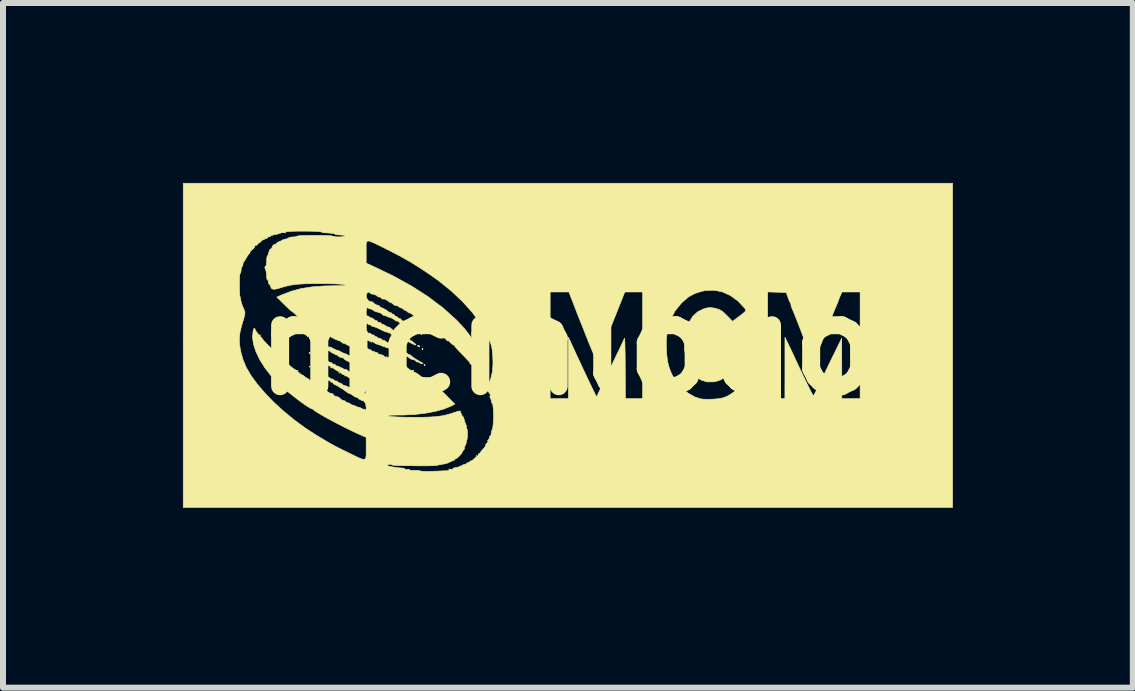
<source format=kicad_pcb>
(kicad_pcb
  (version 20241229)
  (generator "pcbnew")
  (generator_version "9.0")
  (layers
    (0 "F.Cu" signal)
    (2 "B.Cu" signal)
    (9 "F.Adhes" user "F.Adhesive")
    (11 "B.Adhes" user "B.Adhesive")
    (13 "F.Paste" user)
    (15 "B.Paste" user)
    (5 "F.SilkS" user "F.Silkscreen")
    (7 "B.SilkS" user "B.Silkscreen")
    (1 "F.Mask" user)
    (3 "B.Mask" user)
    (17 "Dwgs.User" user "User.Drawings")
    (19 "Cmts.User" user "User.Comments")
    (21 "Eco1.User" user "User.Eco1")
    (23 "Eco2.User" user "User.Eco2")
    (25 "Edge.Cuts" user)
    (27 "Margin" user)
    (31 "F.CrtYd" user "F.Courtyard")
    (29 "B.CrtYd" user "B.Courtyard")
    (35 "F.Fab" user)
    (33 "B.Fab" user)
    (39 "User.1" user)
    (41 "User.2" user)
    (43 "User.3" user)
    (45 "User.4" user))
  (footprint "mcmlogo"
    (layer "F.Cu")
    (at 6.41 2.699)
    (property "Reference" "mcmlogo" (at 0 0 0) (layer "F.SilkS") (effects (font (size 1.524 1.524) (thickness 0.3))))
    (attr through_hole)
    (fp_poly (pts (xy -5.117 -0.161) (xy -5.126 -0.153) (xy -5.134 -0.161) (xy -5.126 -0.169) (xy -5.117 -0.161)) (stroke (width 0.01) (type solid)) (fill yes) (layer "F.SilkS"))
    (fp_poly (pts (xy -4.49 0.432) (xy -4.499 0.441) (xy -4.507 0.432) (xy -4.499 0.424) (xy -4.49 0.432)) (stroke (width 0.01) (type solid)) (fill yes) (layer "F.SilkS"))
    (fp_poly (pts (xy -4.287 -0.11) (xy -4.295 -0.102) (xy -4.304 -0.11) (xy -4.295 -0.119) (xy -4.287 -0.11)) (stroke (width 0.01) (type solid)) (fill yes) (layer "F.SilkS"))
    (fp_poly (pts (xy -4.287 0.364) (xy -4.295 0.373) (xy -4.304 0.364) (xy -4.295 0.356) (xy -4.287 0.364)) (stroke (width 0.01) (type solid)) (fill yes) (layer "F.SilkS"))
    (fp_poly (pts (xy -4.236 0.398) (xy -4.245 0.407) (xy -4.253 0.398) (xy -4.245 0.39) (xy -4.236 0.398)) (stroke (width 0.01) (type solid)) (fill yes) (layer "F.SilkS"))
    (fp_poly (pts (xy -3.931 0.381) (xy -3.94 0.39) (xy -3.948 0.381) (xy -3.94 0.373) (xy -3.931 0.381)) (stroke (width 0.01) (type solid)) (fill yes) (layer "F.SilkS"))
    (fp_poly (pts (xy -3.796 0.466) (xy -3.804 0.474) (xy -3.813 0.466) (xy -3.804 0.458) (xy -3.796 0.466)) (stroke (width 0.01) (type solid)) (fill yes) (layer "F.SilkS"))
    (fp_poly (pts (xy -2.457 -0.195) (xy -2.465 -0.186) (xy -2.474 -0.195) (xy -2.465 -0.203) (xy -2.457 -0.195)) (stroke (width 0.01) (type solid)) (fill yes) (layer "F.SilkS"))
    (fp_poly (pts (xy -2.423 -0.178) (xy -2.432 -0.169) (xy -2.44 -0.178) (xy -2.432 -0.186) (xy -2.423 -0.178)) (stroke (width 0.01) (type solid)) (fill yes) (layer "F.SilkS"))
    (fp_poly (pts (xy -2.372 0.551) (xy -2.381 0.559) (xy -2.389 0.551) (xy -2.381 0.542) (xy -2.372 0.551)) (stroke (width 0.01) (type solid)) (fill yes) (layer "F.SilkS"))
    (fp_poly (pts (xy -1.61 0.313) (xy -1.618 0.322) (xy -1.627 0.313) (xy -1.618 0.305) (xy -1.61 0.313)) (stroke (width 0.01) (type solid)) (fill yes) (layer "F.SilkS"))
    (fp_poly (pts (xy -1.508 1.855) (xy -1.517 1.864) (xy -1.525 1.855) (xy -1.517 1.847) (xy -1.508 1.855)) (stroke (width 0.01) (type solid)) (fill yes) (layer "F.SilkS"))
    (fp_poly (pts (xy -1.474 0.5) (xy -1.483 0.508) (xy -1.491 0.5) (xy -1.483 0.491) (xy -1.474 0.5)) (stroke (width 0.01) (type solid)) (fill yes) (layer "F.SilkS"))
    (fp_poly (pts (xy -4.293 0.124) (xy -4.291 0.144) (xy -4.293 0.147) (xy -4.303 0.145) (xy -4.304 0.136) (xy -4.298 0.122) (xy -4.293 0.124)) (stroke (width 0.01) (type solid)) (fill yes) (layer "F.SilkS"))
    (fp_poly (pts (xy -2.412 0.056) (xy -2.41 0.077) (xy -2.412 0.079) (xy -2.422 0.077) (xy -2.423 0.068) (xy -2.417 0.054) (xy -2.412 0.056)) (stroke (width 0.01) (type solid)) (fill yes) (layer "F.SilkS"))
    (fp_poly (pts (xy -2.378 0.328) (xy -2.376 0.348) (xy -2.378 0.35) (xy -2.388 0.348) (xy -2.389 0.339) (xy -2.383 0.325) (xy -2.378 0.328)) (stroke (width 0.01) (type solid)) (fill yes) (layer "F.SilkS"))
    (fp_poly (pts (xy -4.34 -0.163) (xy -4.322 -0.146) (xy -4.326 -0.136) (xy -4.328 -0.136) (xy -4.343 -0.148) (xy -4.348 -0.155) (xy -4.35 -0.167) (xy -4.34 -0.163)) (stroke (width 0.01) (type solid)) (fill yes) (layer "F.SilkS"))
    (fp_poly (pts (xy -4.202 0.417) (xy -4.2 0.419) (xy -4.187 0.441) (xy -4.189 0.449) (xy -4.201 0.444) (xy -4.21 0.429) (xy -4.215 0.409) (xy -4.202 0.417)) (stroke (width 0.01) (type solid)) (fill yes) (layer "F.SilkS"))
    (fp_poly (pts (xy -2.508 -0.242) (xy -2.502 -0.229) (xy -2.498 -0.206) (xy -2.509 -0.21) (xy -2.517 -0.221) (xy -2.522 -0.244) (xy -2.52 -0.248) (xy -2.508 -0.242)) (stroke (width 0.01) (type solid)) (fill yes) (layer "F.SilkS"))
    (fp_poly (pts (xy -2.483 0.01) (xy -2.459 0.024) (xy -2.463 0.033) (xy -2.473 0.034) (xy -2.496 0.022) (xy -2.499 0.017) (xy -2.496 0.008) (xy -2.483 0.01)) (stroke (width 0.01) (type solid)) (fill yes) (layer "F.SilkS"))
    (fp_poly (pts (xy 6.422 2.711) (xy -6.405 2.711) (xy -6.405 -0.107) (xy -5.471 -0.107) (xy -5.466 -0.001) (xy -5.445 0.117) (xy -5.409 0.246) (xy -5.356 0.374) (xy -5.275 0.513) (xy -5.169 0.658) (xy -5.04 0.808) (xy -4.893 0.96) (xy -4.729 1.109) (xy -4.552 1.254) (xy -4.365 1.391) (xy -4.17 1.517) (xy -4.143 1.533) (xy -4.054 1.586) (xy -3.987 1.626) (xy -3.934 1.656) (xy -3.887 1.682) (xy -3.84 1.707) (xy -3.785 1.734) (xy -3.714 1.769) (xy -3.685 1.783) (xy -3.576 1.837) (xy -3.494 1.877) (xy -3.435 1.902) (xy -3.395 1.911) (xy -3.371 1.903) (xy -3.359 1.879) (xy -3.355 1.837) (xy -3.355 1.777) (xy -3.355 1.728) (xy -3.355 1.542) (xy -3.444 1.504) (xy -3.526 1.467) (xy -3.62 1.422) (xy -3.722 1.372) (xy -3.825 1.319) (xy -3.926 1.266) (xy -4.021 1.214) (xy -4.103 1.168) (xy -4.169 1.128) (xy -4.214 1.099) (xy -4.233 1.081) (xy -4.233 1.081) (xy -4.253 1.068) (xy -4.257 1.068) (xy -4.284 1.057) (xy -4.333 1.028) (xy -4.398 0.984) (xy -4.474 0.928) (xy -4.556 0.865) (xy -4.641 0.798) (xy -4.722 0.73) (xy -4.795 0.665) (xy -4.826 0.636) (xy -4.859 0.602) (xy -4.304 0.602) (xy -4.295 0.61) (xy -4.287 0.602) (xy -4.295 0.593) (xy -4.304 0.602) (xy -4.859 0.602) (xy -4.944 0.512) (xy -5.046 0.38) (xy -5.13 0.246) (xy -5.193 0.114) (xy -5.234 -0.013) (xy -5.25 -0.129) (xy -5.241 -0.223) (xy -5.23 -0.266) (xy -5.221 -0.279) (xy -5.212 -0.267) (xy -5.21 -0.263) (xy -5.193 -0.229) (xy -5.168 -0.195) (xy -5.128 -0.149) (xy -5.118 -0.138) (xy -5.089 -0.106) (xy -5.075 -0.086) (xy -5.074 -0.085) (xy -5.062 -0.07) (xy -5.031 -0.036) (xy -4.984 0.013) (xy -4.925 0.072) (xy -4.897 0.102) (xy -4.836 0.162) (xy -4.787 0.21) (xy -4.752 0.242) (xy -4.735 0.256) (xy -4.735 0.254) (xy -4.733 0.249) (xy -4.714 0.265) (xy -4.699 0.28) (xy -4.654 0.324) (xy -4.609 0.364) (xy -4.572 0.393) (xy -4.551 0.406) (xy -4.55 0.407) (xy -4.532 0.417) (xy -4.508 0.436) (xy -4.462 0.477) (xy -4.432 0.498) (xy -4.416 0.504) (xy -4.393 0.518) (xy -4.391 0.521) (xy -4.37 0.539) (xy -4.332 0.562) (xy -4.325 0.566) (xy -4.289 0.588) (xy -4.271 0.608) (xy -4.27 0.61) (xy -4.26 0.624) (xy -4.257 0.624) (xy -4.23 0.628) (xy -4.204 0.643) (xy -4.194 0.66) (xy -4.195 0.663) (xy -4.191 0.676) (xy -4.181 0.678) (xy -4.155 0.687) (xy -4.114 0.711) (xy -4.087 0.73) (xy -4.047 0.757) (xy -4.022 0.771) (xy -4.016 0.771) (xy -4.006 0.772) (xy -3.989 0.787) (xy -3.953 0.809) (xy -3.929 0.813) (xy -3.906 0.819) (xy -3.905 0.828) (xy -3.897 0.843) (xy -3.871 0.858) (xy -3.839 0.866) (xy -3.827 0.867) (xy -3.809 0.877) (xy -3.787 0.899) (xy -3.752 0.924) (xy -3.725 0.932) (xy -3.699 0.94) (xy -3.694 0.949) (xy -3.68 0.963) (xy -3.661 0.966) (xy -3.632 0.973) (xy -3.623 0.982) (xy -3.604 0.998) (xy -3.584 1.004) (xy -3.542 1.017) (xy -3.512 1.031) (xy -3.484 1.043) (xy -3.474 1.042) (xy -3.462 1.044) (xy -3.432 1.06) (xy -3.431 1.061) (xy -3.402 1.076) (xy -3.389 1.074) (xy -3.389 1.074) (xy -3.381 1.073) (xy -3.372 1.084) (xy -3.361 1.092) (xy -3.356 1.071) (xy -3.355 1.04) (xy -3.365 0.975) (xy -3.396 0.937) (xy -3.43 0.925) (xy -3.461 0.912) (xy -3.49 0.89) (xy -3.515 0.872) (xy -3.524 0.871) (xy -3.536 0.871) (xy -3.564 0.853) (xy -3.569 0.848) (xy -3.604 0.824) (xy -3.629 0.813) (xy -3.63 0.813) (xy -3.652 0.804) (xy -3.676 0.788) (xy -3.66 0.788) (xy -3.652 0.796) (xy -3.643 0.788) (xy -3.652 0.779) (xy -3.66 0.788) (xy -3.676 0.788) (xy -3.689 0.779) (xy -3.711 0.763) (xy -3.752 0.733) (xy -3.785 0.714) (xy -3.794 0.712) (xy -3.812 0.699) (xy -3.813 0.694) (xy -3.823 0.684) (xy -3.829 0.686) (xy -3.845 0.684) (xy -3.846 0.678) (xy -3.856 0.666) (xy -3.862 0.669) (xy -3.883 0.664) (xy -3.902 0.644) (xy -3.924 0.622) (xy -3.937 0.621) (xy -3.947 0.619) (xy -3.948 0.61) (xy -3.954 0.595) (xy -3.958 0.598) (xy -3.97 0.6) (xy -3.992 0.588) (xy -4.03 0.556) (xy -4.042 0.545) (xy -4.062 0.531) (xy -4.067 0.533) (xy -4.077 0.529) (xy -4.101 0.508) (xy -4.131 0.483) (xy -4.152 0.474) (xy -4.162 0.464) (xy -4.159 0.456) (xy -4.14 0.451) (xy -4.119 0.465) (xy -4.091 0.481) (xy -4.075 0.479) (xy -4.069 0.478) (xy -4.073 0.487) (xy -4.072 0.504) (xy -4.051 0.508) (xy -4.023 0.516) (xy -4.016 0.526) (xy -4.006 0.537) (xy -4.001 0.535) (xy -3.979 0.538) (xy -3.965 0.551) (xy -3.942 0.568) (xy -3.931 0.568) (xy -3.911 0.572) (xy -3.897 0.585) (xy -3.874 0.602) (xy -3.863 0.602) (xy -3.843 0.606) (xy -3.829 0.618) (xy -3.807 0.636) (xy -3.796 0.635) (xy -3.776 0.64) (xy -3.762 0.653) (xy -3.733 0.674) (xy -3.718 0.678) (xy -3.689 0.686) (xy -3.647 0.705) (xy -3.634 0.712) (xy -3.6 0.728) (xy -3.584 0.73) (xy -3.585 0.725) (xy -3.584 0.718) (xy -3.564 0.733) (xy -3.564 0.733) (xy -3.535 0.751) (xy -3.519 0.751) (xy -3.509 0.754) (xy -3.508 0.763) (xy -3.501 0.777) (xy -3.496 0.774) (xy -3.476 0.773) (xy -3.464 0.78) (xy -3.431 0.797) (xy -3.399 0.806) (xy -3.371 0.808) (xy -3.358 0.796) (xy -3.355 0.759) (xy -3.355 0.748) (xy -3.357 0.711) (xy -3.367 0.686) (xy -3.392 0.666) (xy -3.44 0.64) (xy -3.452 0.634) (xy -3.504 0.61) (xy -3.542 0.593) (xy -3.558 0.589) (xy -3.576 0.58) (xy -3.596 0.564) (xy -3.619 0.548) (xy -3.626 0.551) (xy -3.636 0.552) (xy -3.657 0.536) (xy -3.685 0.519) (xy -3.7 0.52) (xy -3.71 0.518) (xy -3.711 0.51) (xy -3.72 0.497) (xy -3.726 0.498) (xy -3.746 0.494) (xy -3.771 0.474) (xy -3.799 0.449) (xy -3.818 0.441) (xy -3.841 0.431) (xy -3.878 0.408) (xy -3.887 0.401) (xy -3.932 0.371) (xy -3.973 0.35) (xy -3.978 0.349) (xy -4.007 0.333) (xy -4.016 0.32) (xy -4.026 0.31) (xy -4.031 0.312) (xy -4.052 0.309) (xy -4.068 0.294) (xy -4.095 0.272) (xy -4.14 0.241) (xy -4.181 0.217) (xy -4.228 0.19) (xy -4.26 0.17) (xy -4.27 0.162) (xy -4.256 0.159) (xy -4.245 0.158) (xy -4.222 0.166) (xy -4.219 0.172) (xy -4.205 0.184) (xy -4.185 0.186) (xy -4.158 0.193) (xy -4.151 0.203) (xy -4.137 0.217) (xy -4.118 0.22) (xy -4.09 0.226) (xy -4.084 0.233) (xy -4.07 0.249) (xy -4.041 0.265) (xy -4.012 0.276) (xy -4.008 0.27) (xy -4.01 0.265) (xy -4.008 0.26) (xy -3.988 0.275) (xy -3.959 0.294) (xy -3.942 0.294) (xy -3.932 0.295) (xy -3.931 0.302) (xy -3.917 0.318) (xy -3.897 0.322) (xy -3.87 0.33) (xy -3.863 0.342) (xy -3.857 0.354) (xy -3.853 0.351) (xy -3.834 0.353) (xy -3.796 0.369) (xy -3.771 0.382) (xy -3.727 0.404) (xy -3.697 0.414) (xy -3.69 0.414) (xy -3.674 0.418) (xy -3.66 0.432) (xy -3.628 0.454) (xy -3.608 0.458) (xy -3.576 0.466) (xy -3.567 0.475) (xy -3.546 0.485) (xy -3.54 0.482) (xy -3.526 0.485) (xy -3.524 0.491) (xy -3.515 0.503) (xy -3.51 0.501) (xy -3.487 0.503) (xy -3.448 0.518) (xy -3.43 0.526) (xy -3.389 0.546) (xy -3.363 0.558) (xy -3.359 0.559) (xy -3.356 0.544) (xy -3.357 0.506) (xy -3.358 0.489) (xy -3.37 0.432) (xy -3.395 0.401) (xy -3.397 0.4) (xy -3.428 0.38) (xy -3.44 0.369) (xy -3.463 0.357) (xy -3.485 0.351) (xy -3.528 0.336) (xy -3.551 0.321) (xy -3.574 0.305) (xy -3.582 0.303) (xy -3.597 0.301) (xy -3.633 0.287) (xy -3.66 0.274) (xy -3.7 0.254) (xy -3.72 0.24) (xy -3.719 0.237) (xy -3.719 0.23) (xy -3.736 0.221) (xy -3.768 0.211) (xy -3.781 0.21) (xy -3.8 0.201) (xy -3.825 0.182) (xy -3.853 0.164) (xy -3.869 0.164) (xy -3.879 0.162) (xy -3.88 0.154) (xy -3.889 0.141) (xy -3.895 0.142) (xy -3.916 0.139) (xy -3.944 0.119) (xy -3.972 0.099) (xy -3.989 0.097) (xy -3.998 0.094) (xy -3.999 0.088) (xy -4.013 0.07) (xy -4.024 0.068) (xy -4.047 0.058) (xy -4.05 0.05) (xy -4.06 0.04) (xy -4.067 0.042) (xy -4.082 0.043) (xy -4.084 0.038) (xy -4.097 0.023) (xy -4.132 -0.003) (xy -4.168 -0.026) (xy -4.214 -0.055) (xy -4.242 -0.076) (xy -4.219 -0.076) (xy -4.211 -0.068) (xy -4.202 -0.076) (xy -4.211 -0.085) (xy -4.219 -0.076) (xy -4.242 -0.076) (xy -4.244 -0.078) (xy -4.253 -0.087) (xy -4.241 -0.096) (xy -4.213 -0.09) (xy -4.181 -0.071) (xy -4.179 -0.069) (xy -4.157 -0.057) (xy -4.151 -0.06) (xy -4.141 -0.06) (xy -4.118 -0.042) (xy -4.093 -0.024) (xy -4.084 -0.024) (xy -4.072 -0.022) (xy -4.042 -0.003) (xy -4.021 0.012) (xy -3.987 0.035) (xy -3.971 0.042) (xy -3.971 0.038) (xy -3.966 0.033) (xy -3.938 0.044) (xy -3.907 0.06) (xy -3.864 0.082) (xy -3.836 0.094) (xy -3.829 0.093) (xy -3.817 0.095) (xy -3.788 0.111) (xy -3.785 0.113) (xy -3.741 0.136) (xy -3.705 0.148) (xy -3.67 0.162) (xy -3.657 0.174) (xy -3.645 0.185) (xy -3.643 0.18) (xy -3.633 0.177) (xy -3.618 0.186) (xy -3.597 0.199) (xy -3.592 0.197) (xy -3.579 0.196) (xy -3.547 0.21) (xy -3.537 0.215) (xy -3.476 0.243) (xy -3.425 0.256) (xy -3.41 0.258) (xy -3.39 0.269) (xy -3.389 0.275) (xy -3.378 0.282) (xy -3.372 0.28) (xy -3.361 0.257) (xy -3.355 0.215) (xy -3.355 0.202) (xy -3.36 0.155) (xy -3.377 0.134) (xy -3.408 0.133) (xy -3.427 0.123) (xy -3.44 0.11) (xy -3.472 0.088) (xy -3.489 0.085) (xy -3.526 0.073) (xy -3.538 0.064) (xy -3.555 0.054) (xy -3.558 0.059) (xy -3.569 0.06) (xy -3.591 0.044) (xy -3.625 0.02) (xy -3.648 0.011) (xy -3.682 -0.003) (xy -3.701 -0.016) (xy -3.722 -0.028) (xy -3.728 -0.025) (xy -3.738 -0.024) (xy -3.757 -0.039) (xy -3.788 -0.061) (xy -3.804 -0.068) (xy -3.832 -0.077) (xy -3.874 -0.095) (xy -3.916 -0.116) (xy -3.944 -0.133) (xy -3.948 -0.137) (xy -3.969 -0.15) (xy -3.998 -0.161) (xy -4.043 -0.183) (xy -4.072 -0.205) (xy -4.102 -0.225) (xy -4.12 -0.227) (xy -4.134 -0.231) (xy -4.134 -0.236) (xy -4.148 -0.253) (xy -4.157 -0.254) (xy -4.184 -0.265) (xy -4.222 -0.29) (xy -4.229 -0.297) (xy -4.271 -0.329) (xy -4.303 -0.341) (xy -4.329 -0.339) (xy -4.337 -0.344) (xy -4.334 -0.349) (xy -4.337 -0.365) (xy -4.358 -0.387) (xy -4.386 -0.406) (xy -4.409 -0.411) (xy -4.41 -0.411) (xy -4.422 -0.42) (xy -4.423 -0.426) (xy -4.429 -0.439) (xy -4.432 -0.436) (xy -4.447 -0.436) (xy -4.475 -0.455) (xy -4.52 -0.495) (xy -4.543 -0.517) (xy -4.541 -0.517) (xy -4.533 -0.508) (xy -4.524 -0.517) (xy -4.533 -0.525) (xy -4.541 -0.517) (xy -4.543 -0.517) (xy -4.548 -0.521) (xy -4.577 -0.547) (xy -4.595 -0.559) (xy -4.596 -0.559) (xy -4.611 -0.57) (xy -4.644 -0.6) (xy -4.69 -0.644) (xy -4.725 -0.677) (xy -4.837 -0.788) (xy -4.829 -0.788) (xy -4.821 -0.779) (xy -4.812 -0.788) (xy -4.821 -0.796) (xy -4.829 -0.788) (xy -4.837 -0.788) (xy -4.845 -0.795) (xy -4.765 -0.831) (xy -4.607 -0.892) (xy -4.441 -0.937) (xy -4.259 -0.966) (xy -4.057 -0.981) (xy -3.924 -0.984) (xy -3.825 -0.985) (xy -3.756 -0.987) (xy -3.716 -0.99) (xy -3.702 -0.996) (xy -3.711 -1.002) (xy -3.741 -1.008) (xy -3.8 -1.013) (xy -3.882 -1.017) (xy -3.984 -1.02) (xy -4.098 -1.021) (xy -4.118 -1.021) (xy -4.272 -1.021) (xy -4.399 -1.017) (xy -4.505 -1.01) (xy -4.598 -0.998) (xy -4.684 -0.98) (xy -4.769 -0.956) (xy -4.822 -0.939) (xy -4.886 -0.925) (xy -4.929 -0.934) (xy -4.947 -0.965) (xy -4.948 -0.975) (xy -4.959 -0.999) (xy -4.966 -1.003) (xy -4.981 -1.022) (xy -4.986 -1.047) (xy -4.992 -1.076) (xy -4.999 -1.084) (xy -5.008 -1.091) (xy -5.013 -1.115) (xy -5.017 -1.163) (xy -5.018 -1.19) (xy -5.025 -1.236) (xy -5.038 -1.268) (xy -5.046 -1.292) (xy -5.036 -1.303) (xy -5.022 -1.327) (xy -5.016 -1.365) (xy -5.013 -1.439) (xy -5.005 -1.481) (xy -4.994 -1.491) (xy -4.987 -1.502) (xy -4.989 -1.507) (xy -4.987 -1.529) (xy -4.982 -1.533) (xy -4.971 -1.553) (xy -4.973 -1.559) (xy -4.968 -1.578) (xy -4.948 -1.597) (xy -4.926 -1.618) (xy -4.923 -1.63) (xy -4.919 -1.646) (xy -4.913 -1.651) (xy -3.356 -1.651) (xy -3.355 -1.588) (xy -3.355 -1.555) (xy -3.355 -1.362) (xy -3.249 -1.314) (xy -2.907 -1.15) (xy -2.597 -0.979) (xy -2.319 -0.8) (xy -2.072 -0.614) (xy -1.856 -0.419) (xy -1.837 -0.401) (xy -1.709 -0.261) (xy -1.609 -0.131) (xy -1.536 -0.007) (xy -1.488 0.117) (xy -1.463 0.244) (xy -1.457 0.342) (xy -1.458 0.41) (xy -1.463 0.451) (xy -1.471 0.47) (xy -1.484 0.474) (xy -1.501 0.466) (xy -1.5 0.458) (xy -1.498 0.442) (xy -1.503 0.44) (xy -1.52 0.427) (xy -1.546 0.395) (xy -1.559 0.377) (xy -1.588 0.339) (xy -1.634 0.286) (xy -1.691 0.224) (xy -1.744 0.169) (xy -1.799 0.113) (xy -1.844 0.064) (xy -1.874 0.029) (xy -1.884 0.013) (xy -1.884 0.013) (xy -1.892 0.004) (xy -1.895 0.004) (xy -1.914 -0.004) (xy -1.945 -0.031) (xy -1.955 -0.042) (xy -1.981 -0.068) (xy -1.991 -0.073) (xy -1.99 -0.068) (xy -1.991 -0.061) (xy -2.011 -0.077) (xy -2.019 -0.085) (xy -2.06 -0.125) (xy -2.104 -0.163) (xy -2.142 -0.194) (xy -2.166 -0.211) (xy -2.169 -0.212) (xy -2.186 -0.222) (xy -2.217 -0.248) (xy -2.228 -0.258) (xy -2.262 -0.285) (xy -2.285 -0.299) (xy -2.288 -0.3) (xy -2.309 -0.309) (xy -2.351 -0.343) (xy -2.392 -0.381) (xy -2.414 -0.399) (xy -2.417 -0.392) (xy -2.416 -0.39) (xy -2.414 -0.379) (xy -2.428 -0.394) (xy -2.452 -0.417) (xy -2.464 -0.424) (xy -2.484 -0.433) (xy -2.52 -0.455) (xy -2.558 -0.482) (xy -2.587 -0.506) (xy -2.594 -0.514) (xy -2.618 -0.528) (xy -2.634 -0.532) (xy -2.668 -0.549) (xy -2.678 -0.56) (xy -2.691 -0.575) (xy -2.694 -0.571) (xy -2.705 -0.572) (xy -2.73 -0.591) (xy -2.731 -0.592) (xy -2.761 -0.613) (xy -2.781 -0.617) (xy -2.795 -0.62) (xy -2.796 -0.624) (xy -2.81 -0.639) (xy -2.839 -0.652) (xy -2.866 -0.656) (xy -2.871 -0.655) (xy -2.886 -0.663) (xy -2.913 -0.685) (xy -2.938 -0.704) (xy -2.948 -0.705) (xy -2.959 -0.707) (xy -2.984 -0.727) (xy -2.985 -0.728) (xy -3.039 -0.761) (xy -3.088 -0.765) (xy -3.1 -0.775) (xy -3.101 -0.779) (xy -3.115 -0.793) (xy -3.135 -0.796) (xy -3.162 -0.803) (xy -3.169 -0.812) (xy -3.183 -0.824) (xy -3.215 -0.838) (xy -3.249 -0.847) (xy -3.268 -0.847) (xy -3.282 -0.856) (xy -3.288 -0.865) (xy -3.31 -0.881) (xy -3.334 -0.87) (xy -3.352 -0.84) (xy -3.355 -0.815) (xy -3.345 -0.776) (xy -3.322 -0.741) (xy -3.293 -0.72) (xy -3.27 -0.72) (xy -3.251 -0.715) (xy -3.228 -0.694) (xy -3.193 -0.669) (xy -3.166 -0.661) (xy -3.14 -0.654) (xy -3.135 -0.646) (xy -3.121 -0.63) (xy -3.086 -0.613) (xy -3.084 -0.613) (xy -3.034 -0.588) (xy -2.997 -0.561) (xy -2.967 -0.539) (xy -2.946 -0.535) (xy -2.932 -0.531) (xy -2.931 -0.525) (xy -2.923 -0.513) (xy -2.918 -0.515) (xy -2.898 -0.51) (xy -2.881 -0.491) (xy -2.858 -0.47) (xy -2.844 -0.468) (xy -2.831 -0.464) (xy -2.83 -0.459) (xy -2.816 -0.443) (xy -2.804 -0.441) (xy -2.782 -0.433) (xy -2.779 -0.427) (xy -2.765 -0.411) (xy -2.731 -0.39) (xy -2.72 -0.385) (xy -2.682 -0.362) (xy -2.661 -0.342) (xy -2.66 -0.338) (xy -2.65 -0.328) (xy -2.643 -0.33) (xy -2.628 -0.331) (xy -2.626 -0.326) (xy -2.613 -0.308) (xy -2.583 -0.291) (xy -2.555 -0.271) (xy -2.551 -0.253) (xy -2.57 -0.248) (xy -2.594 -0.264) (xy -2.618 -0.281) (xy -2.626 -0.279) (xy -2.637 -0.28) (xy -2.663 -0.299) (xy -2.669 -0.305) (xy -2.697 -0.328) (xy -2.711 -0.332) (xy -2.711 -0.331) (xy -2.722 -0.33) (xy -2.745 -0.347) (xy -2.769 -0.365) (xy -2.779 -0.364) (xy -2.789 -0.364) (xy -2.813 -0.381) (xy -2.837 -0.399) (xy -2.847 -0.398) (xy -2.857 -0.398) (xy -2.879 -0.414) (xy -2.912 -0.438) (xy -2.934 -0.448) (xy -2.965 -0.457) (xy -3.007 -0.474) (xy -3.008 -0.475) (xy -3.046 -0.489) (xy -3.071 -0.494) (xy -3.071 -0.494) (xy -3.084 -0.504) (xy -3.084 -0.506) (xy -3.1 -0.523) (xy -3.147 -0.541) (xy -3.193 -0.553) (xy -3.226 -0.567) (xy -3.237 -0.577) (xy -3.261 -0.593) (xy -3.285 -0.598) (xy -3.314 -0.605) (xy -3.321 -0.615) (xy -3.332 -0.621) (xy -3.338 -0.618) (xy -3.349 -0.596) (xy -3.355 -0.554) (xy -3.355 -0.54) (xy -3.352 -0.5) (xy -3.344 -0.482) (xy -3.34 -0.482) (xy -3.318 -0.478) (xy -3.304 -0.466) (xy -3.281 -0.449) (xy -3.27 -0.449) (xy -3.25 -0.445) (xy -3.236 -0.432) (xy -3.207 -0.41) (xy -3.192 -0.407) (xy -3.171 -0.397) (xy -3.169 -0.39) (xy -3.154 -0.376) (xy -3.135 -0.373) (xy -3.107 -0.365) (xy -3.101 -0.353) (xy -3.094 -0.341) (xy -3.09 -0.344) (xy -3.071 -0.342) (xy -3.039 -0.323) (xy -3.037 -0.322) (xy -3.005 -0.301) (xy -2.983 -0.296) (xy -2.983 -0.296) (xy -2.963 -0.291) (xy -2.94 -0.271) (xy -2.908 -0.245) (xy -2.886 -0.237) (xy -2.857 -0.226) (xy -2.826 -0.204) (xy -2.796 -0.183) (xy -2.776 -0.18) (xy -2.763 -0.176) (xy -2.762 -0.169) (xy -2.753 -0.157) (xy -2.748 -0.159) (xy -2.729 -0.154) (xy -2.71 -0.135) (xy -2.686 -0.109) (xy -2.67 -0.102) (xy -2.646 -0.092) (xy -2.608 -0.07) (xy -2.569 -0.042) (xy -2.537 -0.015) (xy -2.525 0.002) (xy -2.538 0.003) (xy -2.572 -0.011) (xy -2.601 -0.026) (xy -2.644 -0.048) (xy -2.671 -0.058) (xy -2.677 -0.057) (xy -2.688 -0.058) (xy -2.711 -0.076) (xy -2.736 -0.094) (xy -2.745 -0.093) (xy -2.755 -0.092) (xy -2.777 -0.108) (xy -2.816 -0.132) (xy -2.845 -0.14) (xy -2.873 -0.148) (xy -2.881 -0.156) (xy -2.895 -0.167) (xy -2.914 -0.169) (xy -2.942 -0.178) (xy -2.948 -0.189) (xy -2.955 -0.201) (xy -2.96 -0.198) (xy -2.98 -0.197) (xy -2.993 -0.206) (xy -3.012 -0.216) (xy -3.016 -0.214) (xy -3.03 -0.215) (xy -3.065 -0.23) (xy -3.112 -0.254) (xy -3.167 -0.281) (xy -3.214 -0.299) (xy -3.239 -0.305) (xy -3.265 -0.313) (xy -3.27 -0.323) (xy -3.281 -0.333) (xy -3.286 -0.331) (xy -3.308 -0.333) (xy -3.313 -0.339) (xy -3.332 -0.356) (xy -3.347 -0.344) (xy -3.355 -0.304) (xy -3.355 -0.29) (xy -3.348 -0.24) (xy -3.332 -0.205) (xy -3.33 -0.203) (xy -3.309 -0.192) (xy -3.304 -0.195) (xy -3.294 -0.196) (xy -3.273 -0.181) (xy -3.246 -0.163) (xy -3.231 -0.164) (xy -3.221 -0.161) (xy -3.219 -0.153) (xy -3.214 -0.138) (xy -3.209 -0.14) (xy -3.19 -0.139) (xy -3.174 -0.126) (xy -3.148 -0.11) (xy -3.135 -0.11) (xy -3.115 -0.106) (xy -3.101 -0.093) (xy -3.078 -0.076) (xy -3.067 -0.076) (xy -3.047 -0.072) (xy -3.033 -0.059) (xy -2.999 -0.037) (xy -2.98 -0.034) (xy -2.954 -0.026) (xy -2.948 -0.017) (xy -2.935 -0.001) (xy -2.93 0) (xy -2.905 0.01) (xy -2.869 0.033) (xy -2.869 0.034) (xy -2.836 0.055) (xy -2.815 0.06) (xy -2.814 0.06) (xy -2.795 0.065) (xy -2.762 0.087) (xy -2.754 0.094) (xy -2.717 0.121) (xy -2.687 0.135) (xy -2.683 0.136) (xy -2.662 0.146) (xy -2.66 0.154) (xy -2.65 0.164) (xy -2.645 0.162) (xy -2.624 0.166) (xy -2.608 0.18) (xy -2.581 0.203) (xy -2.536 0.234) (xy -2.496 0.258) (xy -2.449 0.285) (xy -2.416 0.305) (xy -2.406 0.312) (xy -2.42 0.316) (xy -2.432 0.316) (xy -2.454 0.309) (xy -2.457 0.302) (xy -2.471 0.291) (xy -2.491 0.288) (xy -2.518 0.282) (xy -2.525 0.273) (xy -2.537 0.259) (xy -2.576 0.244) (xy -2.606 0.238) (xy -2.627 0.225) (xy -2.648 0.208) (xy -2.67 0.192) (xy -2.677 0.194) (xy -2.687 0.197) (xy -2.7 0.189) (xy -2.725 0.178) (xy -2.734 0.181) (xy -2.744 0.179) (xy -2.745 0.172) (xy -2.759 0.156) (xy -2.779 0.153) (xy -2.806 0.145) (xy -2.813 0.135) (xy -2.823 0.124) (xy -2.829 0.126) (xy -2.85 0.124) (xy -2.855 0.119) (xy -2.875 0.109) (xy -2.882 0.111) (xy -2.896 0.108) (xy -2.898 0.102) (xy -2.907 0.09) (xy -2.913 0.092) (xy -2.934 0.089) (xy -2.949 0.076) (xy -2.981 0.054) (xy -3 0.051) (xy -3.032 0.042) (xy -3.042 0.034) (xy -3.062 0.024) (xy -3.068 0.026) (xy -3.083 0.026) (xy -3.084 0.022) (xy -3.099 0.01) (xy -3.128 0.004) (xy -3.171 -0.009) (xy -3.203 -0.025) (xy -3.186 -0.025) (xy -3.177 -0.017) (xy -3.169 -0.025) (xy -3.177 -0.034) (xy -3.186 -0.025) (xy -3.203 -0.025) (xy -3.219 -0.034) (xy -3.224 -0.037) (xy -3.254 -0.055) (xy -3.265 -0.057) (xy -3.263 -0.052) (xy -3.263 -0.043) (xy -3.287 -0.055) (xy -3.291 -0.058) (xy -3.324 -0.074) (xy -3.344 -0.073) (xy -3.352 -0.051) (xy -3.355 -0.014) (xy -3.353 0.024) (xy -3.347 0.053) (xy -3.338 0.059) (xy -3.323 0.061) (xy -3.321 0.068) (xy -3.312 0.08) (xy -3.306 0.077) (xy -3.285 0.081) (xy -3.27 0.093) (xy -3.247 0.11) (xy -3.236 0.11) (xy -3.216 0.113) (xy -3.211 0.119) (xy -3.191 0.129) (xy -3.184 0.126) (xy -3.17 0.128) (xy -3.169 0.133) (xy -3.157 0.148) (xy -3.119 0.162) (xy -3.088 0.169) (xy -3.067 0.181) (xy -3.043 0.2) (xy -3.023 0.215) (xy -3.022 0.209) (xy -3.023 0.198) (xy -3.001 0.205) (xy -2.991 0.209) (xy -2.96 0.228) (xy -2.948 0.241) (xy -2.934 0.252) (xy -2.914 0.254) (xy -2.887 0.261) (xy -2.881 0.271) (xy -2.867 0.286) (xy -2.855 0.288) (xy -2.824 0.298) (xy -2.796 0.318) (xy -2.766 0.339) (xy -2.749 0.344) (xy -2.728 0.352) (xy -2.707 0.368) (xy -2.684 0.384) (xy -2.677 0.383) (xy -2.667 0.385) (xy -2.642 0.405) (xy -2.642 0.405) (xy -2.607 0.426) (xy -2.579 0.428) (xy -2.562 0.427) (xy -2.565 0.438) (xy -2.564 0.455) (xy -2.552 0.458) (xy -2.524 0.468) (xy -2.485 0.493) (xy -2.475 0.501) (xy -2.443 0.527) (xy -2.425 0.537) (xy -2.423 0.536) (xy -2.412 0.54) (xy -2.386 0.562) (xy -2.379 0.568) (xy -2.346 0.593) (xy -2.323 0.602) (xy -2.321 0.601) (xy -2.305 0.607) (xy -2.297 0.621) (xy -2.284 0.64) (xy -2.277 0.639) (xy -2.257 0.642) (xy -2.217 0.671) (xy -2.166 0.716) (xy -2.143 0.735) (xy -2.135 0.737) (xy -2.124 0.744) (xy -2.094 0.772) (xy -2.05 0.814) (xy -2.006 0.858) (xy -1.877 0.989) (xy -1.942 1.022) (xy -2.058 1.07) (xy -2.201 1.109) (xy -2.366 1.14) (xy -2.546 1.161) (xy -2.735 1.17) (xy -2.775 1.17) (xy -2.873 1.171) (xy -2.94 1.173) (xy -2.978 1.177) (xy -2.991 1.182) (xy -2.982 1.189) (xy -2.952 1.195) (xy -2.893 1.2) (xy -2.809 1.204) (xy -2.707 1.207) (xy -2.591 1.208) (xy -2.576 1.208) (xy -2.421 1.208) (xy -2.294 1.204) (xy -2.188 1.197) (xy -2.097 1.185) (xy -2.013 1.167) (xy -1.932 1.144) (xy -1.883 1.128) (xy -1.824 1.108) (xy -1.792 1.103) (xy -1.784 1.11) (xy -1.788 1.118) (xy -1.786 1.134) (xy -1.779 1.135) (xy -1.768 1.145) (xy -1.77 1.151) (xy -1.766 1.172) (xy -1.755 1.181) (xy -1.734 1.207) (xy -1.722 1.24) (xy -1.709 1.289) (xy -1.695 1.321) (xy -1.684 1.355) (xy -1.686 1.373) (xy -1.686 1.388) (xy -1.681 1.389) (xy -1.673 1.405) (xy -1.668 1.445) (xy -1.666 1.491) (xy -1.669 1.545) (xy -1.674 1.582) (xy -1.681 1.593) (xy -1.689 1.603) (xy -1.686 1.609) (xy -1.686 1.634) (xy -1.701 1.673) (xy -1.703 1.677) (xy -1.717 1.711) (xy -1.719 1.728) (xy -1.718 1.728) (xy -1.719 1.739) (xy -1.737 1.762) (xy -1.756 1.787) (xy -1.757 1.796) (xy -1.761 1.807) (xy -1.784 1.834) (xy -1.801 1.852) (xy -1.836 1.885) (xy -1.862 1.902) (xy -1.868 1.902) (xy -1.88 1.908) (xy -1.881 1.914) (xy -1.89 1.928) (xy -1.894 1.928) (xy -1.916 1.933) (xy -1.949 1.948) (xy -1.996 1.971) (xy -2.044 1.984) (xy -2.086 1.991) (xy -2.137 2) (xy -2.169 2.008) (xy -2.198 2.012) (xy -2.255 2.015) (xy -2.333 2.017) (xy -2.426 2.017) (xy -2.515 2.017) (xy -2.642 2.015) (xy -2.74 2.014) (xy -2.812 2.012) (xy -2.863 2.01) (xy -2.896 2.008) (xy -2.916 2.005) (xy -2.927 2) (xy -2.933 1.995) (xy -2.954 1.99) (xy -2.983 1.996) (xy -3.009 2.007) (xy -3.006 2.014) (xy -2.973 2.024) (xy -2.973 2.024) (xy -2.905 2.038) (xy -2.831 2.049) (xy -2.768 2.054) (xy -2.749 2.055) (xy -2.72 2.06) (xy -2.711 2.071) (xy -2.697 2.08) (xy -2.667 2.077) (xy -2.638 2.074) (xy -2.633 2.082) (xy -2.625 2.091) (xy -2.589 2.095) (xy -2.561 2.094) (xy -2.505 2.095) (xy -2.46 2.1) (xy -2.447 2.104) (xy -2.417 2.109) (xy -2.362 2.111) (xy -2.291 2.111) (xy -2.228 2.108) (xy -2.148 2.105) (xy -2.078 2.102) (xy -2.025 2.1) (xy -2.003 2.1) (xy -1.976 2.095) (xy -1.975 2.082) (xy -1.974 2.071) (xy -1.951 2.075) (xy -1.923 2.078) (xy -1.915 2.071) (xy -1.901 2.056) (xy -1.894 2.054) (xy -1.812 2.037) (xy -1.752 2.008) (xy -1.723 1.993) (xy -1.711 1.993) (xy -1.701 1.992) (xy -1.68 1.977) (xy -1.653 1.959) (xy -1.638 1.96) (xy -1.628 1.958) (xy -1.627 1.949) (xy -1.621 1.935) (xy -1.616 1.937) (xy -1.597 1.935) (xy -1.577 1.919) (xy -1.54 1.886) (xy -1.516 1.87) (xy -1.492 1.847) (xy -1.487 1.832) (xy -1.483 1.817) (xy -1.478 1.817) (xy -1.462 1.81) (xy -1.461 1.809) (xy -1.448 1.788) (xy -1.428 1.763) (xy -1.385 1.715) (xy -1.365 1.687) (xy -1.365 1.678) (xy -1.366 1.678) (xy -1.364 1.667) (xy -1.344 1.64) (xy -1.337 1.632) (xy -1.317 1.607) (xy -1.317 1.599) (xy -1.322 1.601) (xy -1.334 1.605) (xy -1.323 1.588) (xy -1.317 1.582) (xy -1.299 1.553) (xy -1.299 1.536) (xy -1.298 1.526) (xy -1.293 1.525) (xy -1.276 1.512) (xy -1.275 1.504) (xy -1.27 1.474) (xy -1.263 1.44) (xy -1.256 1.417) (xy -1.254 1.415) (xy -1.248 1.4) (xy -1.241 1.36) (xy -1.236 1.305) (xy -1.232 1.246) (xy -1.231 1.195) (xy -1.234 1.089) (xy -1.24 1.016) (xy -1.25 0.976) (xy -1.26 0.966) (xy -1.268 0.958) (xy -1.266 0.955) (xy -1.266 0.935) (xy -1.279 0.898) (xy -1.281 0.894) (xy -1.295 0.862) (xy -1.29 0.854) (xy -1.288 0.856) (xy -1.279 0.854) (xy -1.286 0.833) (xy -1.303 0.801) (xy -1.327 0.767) (xy -1.332 0.762) (xy -1.345 0.738) (xy -1.339 0.709) (xy -1.328 0.686) (xy -1.279 0.569) (xy -1.25 0.449) (xy -1.241 0.314) (xy -1.242 0.251) (xy -1.247 0.155) (xy -1.254 0.082) (xy -1.265 0.022) (xy -1.284 -0.037) (xy -1.314 -0.105) (xy -1.348 -0.178) (xy -1.45 -0.356) (xy -1.583 -0.537) (xy -1.743 -0.716) (xy -1.917 -0.881) (xy -0.288 -0.881) (xy -0.288 0.898) (xy 0.017 0.898) (xy 0.017 -0.127) (xy 0.141 0.144) (xy 0.193 0.255) (xy 0.25 0.378) (xy 0.307 0.499) (xy 0.358 0.607) (xy 0.375 0.642) (xy 0.485 0.869) (xy 0.529 0.778) (xy 0.555 0.722) (xy 0.591 0.647) (xy 0.629 0.566) (xy 0.649 0.525) (xy 0.686 0.446) (xy 0.733 0.349) (xy 0.783 0.246) (xy 0.83 0.148) (xy 0.832 0.144) (xy 0.872 0.063) (xy 0.906 -0.01) (xy 0.933 -0.068) (xy 0.949 -0.104) (xy 0.951 -0.11) (xy 0.954 -0.102) (xy 0.957 -0.065) (xy 0.959 -0.000335) (xy 0.961 0.087) (xy 0.963 0.192) (xy 0.964 0.313) (xy 0.964 0.377) (xy 0.966 0.898) (xy 1.254 0.898) (xy 1.254 -0.078) (xy 1.648 -0.078) (xy 1.649 0.051) (xy 1.657 0.173) (xy 1.669 0.272) (xy 1.689 0.357) (xy 1.718 0.438) (xy 1.747 0.503) (xy 1.815 0.615) (xy 1.905 0.718) (xy 2.01 0.804) (xy 2.122 0.868) (xy 2.22 0.901) (xy 2.264 0.906) (xy 2.33 0.908) (xy 2.406 0.907) (xy 2.428 0.906) (xy 2.519 0.898) (xy 2.521 0.898) (xy 3.338 0.898) (xy 3.626 0.898) (xy 3.627 0.385) (xy 3.627 -0.127) (xy 3.676 -0.025) (xy 3.704 0.032) (xy 3.741 0.11) (xy 3.781 0.196) (xy 3.812 0.263) (xy 3.891 0.431) (xy 3.957 0.569) (xy 4.01 0.678) (xy 4.05 0.759) (xy 4.078 0.813) (xy 4.096 0.842) (xy 4.101 0.847) (xy 4.112 0.833) (xy 4.134 0.793) (xy 4.164 0.734) (xy 4.2 0.66) (xy 4.212 0.634) (xy 4.256 0.541) (xy 4.31 0.43) (xy 4.367 0.311) (xy 4.422 0.198) (xy 4.443 0.156) (xy 4.573 -0.11) (xy 4.574 0.394) (xy 4.575 0.898) (xy 4.88 0.898) (xy 4.88 -0.881) (xy 4.579 -0.881) (xy 4.552 -0.823) (xy 4.534 -0.783) (xy 4.525 -0.757) (xy 4.524 -0.755) (xy 4.518 -0.734) (xy 4.502 -0.694) (xy 4.493 -0.673) (xy 4.464 -0.606) (xy 4.442 -0.553) (xy 4.431 -0.525) (xy 4.42 -0.496) (xy 4.402 -0.452) (xy 4.384 -0.406) (xy 4.373 -0.381) (xy 4.362 -0.355) (xy 4.341 -0.302) (xy 4.313 -0.231) (xy 4.28 -0.145) (xy 4.253 -0.076) (xy 4.217 0.017) (xy 4.183 0.102) (xy 4.155 0.174) (xy 4.134 0.224) (xy 4.126 0.244) (xy 4.104 0.294) (xy 4.077 0.23) (xy 4.06 0.186) (xy 4.05 0.155) (xy 4.05 0.15) (xy 4.042 0.124) (xy 4.034 0.106) (xy 4.013 0.062) (xy 3.98 -0.014) (xy 3.948 -0.093) (xy 3.937 -0.122) (xy 3.916 -0.175) (xy 3.89 -0.244) (xy 3.863 -0.313) (xy 3.831 -0.395) (xy 3.801 -0.473) (xy 3.775 -0.537) (xy 3.76 -0.572) (xy 3.74 -0.62) (xy 3.729 -0.657) (xy 3.728 -0.666) (xy 3.72 -0.695) (xy 3.716 -0.701) (xy 3.704 -0.722) (xy 3.687 -0.764) (xy 3.677 -0.792) (xy 3.649 -0.873) (xy 3.338 -0.882) (xy 3.338 0.898) (xy 2.521 0.898) (xy 2.59 0.885) (xy 2.654 0.862) (xy 2.672 0.853) (xy 2.717 0.827) (xy 2.773 0.787) (xy 2.832 0.739) (xy 2.889 0.689) (xy 2.937 0.642) (xy 2.971 0.605) (xy 2.982 0.582) (xy 2.97 0.564) (xy 2.939 0.531) (xy 2.894 0.489) (xy 2.879 0.476) (xy 2.776 0.386) (xy 2.697 0.47) (xy 2.627 0.538) (xy 2.561 0.582) (xy 2.488 0.607) (xy 2.438 0.617) (xy 2.329 0.618) (xy 2.23 0.588) (xy 2.144 0.531) (xy 2.071 0.449) (xy 2.014 0.344) (xy 1.975 0.221) (xy 1.955 0.08) (xy 1.956 -0.075) (xy 1.956 -0.076) (xy 1.98 -0.235) (xy 2.023 -0.367) (xy 2.087 -0.471) (xy 2.171 -0.55) (xy 2.275 -0.601) (xy 2.304 -0.61) (xy 2.368 -0.621) (xy 2.434 -0.615) (xy 2.461 -0.609) (xy 2.514 -0.594) (xy 2.556 -0.575) (xy 2.598 -0.546) (xy 2.647 -0.5) (xy 2.684 -0.462) (xy 2.754 -0.391) (xy 2.855 -0.468) (xy 2.916 -0.514) (xy 2.953 -0.545) (xy 2.971 -0.566) (xy 2.974 -0.582) (xy 2.965 -0.599) (xy 2.954 -0.612) (xy 2.843 -0.731) (xy 2.72 -0.821) (xy 2.588 -0.881) (xy 2.449 -0.91) (xy 2.306 -0.906) (xy 2.231 -0.891) (xy 2.118 -0.853) (xy 2.022 -0.801) (xy 1.931 -0.725) (xy 1.901 -0.696) (xy 1.796 -0.567) (xy 1.719 -0.421) (xy 1.67 -0.259) (xy 1.648 -0.078) (xy 1.254 -0.078) (xy 1.254 -0.881) (xy 1.106 -0.881) (xy 0.957 -0.881) (xy 0.841 -0.589) (xy 0.802 -0.49) (xy 0.764 -0.398) (xy 0.732 -0.318) (xy 0.706 -0.257) (xy 0.693 -0.225) (xy 0.673 -0.177) (xy 0.662 -0.14) (xy 0.661 -0.131) (xy 0.65 -0.098) (xy 0.646 -0.092) (xy 0.632 -0.067) (xy 0.615 -0.023) (xy 0.61 -0.008) (xy 0.594 0.038) (xy 0.579 0.071) (xy 0.576 0.076) (xy 0.564 0.101) (xy 0.547 0.146) (xy 0.535 0.182) (xy 0.516 0.231) (xy 0.5 0.263) (xy 0.492 0.271) (xy 0.482 0.256) (xy 0.462 0.214) (xy 0.434 0.15) (xy 0.4 0.069) (xy 0.362 -0.024) (xy 0.356 -0.038) (xy 0.317 -0.137) (xy 0.281 -0.229) (xy 0.25 -0.306) (xy 0.227 -0.364) (xy 0.213 -0.397) (xy 0.213 -0.398) (xy 0.199 -0.433) (xy 0.176 -0.491) (xy 0.147 -0.566) (xy 0.115 -0.65) (xy 0.109 -0.665) (xy 0.025 -0.881) (xy -0.131 -0.881) (xy -0.288 -0.881) (xy -1.917 -0.881) (xy -1.928 -0.892) (xy -2.136 -1.06) (xy -2.264 -1.152) (xy -2.446 -1.275) (xy -2.616 -1.381) (xy -2.787 -1.478) (xy -2.97 -1.573) (xy -3.05 -1.613) (xy -3.155 -1.665) (xy -3.233 -1.702) (xy -3.288 -1.725) (xy -3.323 -1.732) (xy -3.344 -1.723) (xy -3.353 -1.696) (xy -3.356 -1.651) (xy -4.913 -1.651) (xy -4.903 -1.662) (xy -4.882 -1.677) (xy -4.883 -1.669) (xy -4.887 -1.661) (xy -4.887 -1.654) (xy -4.871 -1.671) (xy -4.867 -1.676) (xy -4.833 -1.707) (xy -4.803 -1.722) (xy -4.772 -1.733) (xy -4.763 -1.74) (xy -4.74 -1.753) (xy -4.711 -1.76) (xy -4.675 -1.768) (xy -4.66 -1.777) (xy -4.629 -1.793) (xy -4.571 -1.799) (xy -4.554 -1.799) (xy -4.52 -1.803) (xy -4.507 -1.812) (xy -4.491 -1.816) (xy -4.447 -1.82) (xy -4.379 -1.822) (xy -4.294 -1.824) (xy -4.211 -1.825) (xy -4.115 -1.824) (xy -4.032 -1.822) (xy -3.967 -1.819) (xy -3.926 -1.816) (xy -3.914 -1.813) (xy -3.899 -1.806) (xy -3.859 -1.801) (xy -3.813 -1.799) (xy -3.76 -1.801) (xy -3.724 -1.808) (xy -3.708 -1.816) (xy -3.718 -1.824) (xy -3.753 -1.829) (xy -3.806 -1.833) (xy -3.838 -1.835) (xy -3.87 -1.841) (xy -3.88 -1.848) (xy -3.896 -1.855) (xy -3.938 -1.861) (xy -3.999 -1.866) (xy -4.054 -1.868) (xy -4.088 -1.873) (xy -4.101 -1.882) (xy -4.117 -1.886) (xy -4.161 -1.89) (xy -4.229 -1.893) (xy -4.315 -1.895) (xy -4.406 -1.895) (xy -4.524 -1.895) (xy -4.61 -1.892) (xy -4.667 -1.888) (xy -4.695 -1.883) (xy -4.7 -1.877) (xy -4.7 -1.865) (xy -4.717 -1.869) (xy -4.752 -1.871) (xy -4.798 -1.859) (xy -4.803 -1.857) (xy -4.843 -1.843) (xy -4.868 -1.841) (xy -4.87 -1.842) (xy -4.889 -1.841) (xy -4.902 -1.833) (xy -4.927 -1.822) (xy -4.937 -1.825) (xy -4.947 -1.822) (xy -4.948 -1.815) (xy -4.957 -1.801) (xy -4.963 -1.803) (xy -4.984 -1.8) (xy -4.999 -1.788) (xy -5.022 -1.771) (xy -5.034 -1.772) (xy -5.048 -1.768) (xy -5.05 -1.762) (xy -5.06 -1.751) (xy -5.065 -1.753) (xy -5.085 -1.748) (xy -5.108 -1.725) (xy -5.127 -1.703) (xy -5.134 -1.703) (xy -5.142 -1.703) (xy -5.161 -1.681) (xy -5.186 -1.657) (xy -5.206 -1.654) (xy -5.216 -1.655) (xy -5.213 -1.647) (xy -5.217 -1.626) (xy -5.243 -1.597) (xy -5.252 -1.591) (xy -5.282 -1.563) (xy -5.294 -1.542) (xy -5.294 -1.539) (xy -5.295 -1.526) (xy -5.299 -1.525) (xy -5.315 -1.511) (xy -5.338 -1.477) (xy -5.346 -1.461) (xy -5.37 -1.42) (xy -5.389 -1.392) (xy -5.393 -1.388) (xy -5.406 -1.365) (xy -5.41 -1.341) (xy -5.416 -1.312) (xy -5.423 -1.305) (xy -5.431 -1.299) (xy -5.437 -1.278) (xy -5.442 -1.233) (xy -5.443 -1.22) (xy -5.451 -1.192) (xy -5.459 -1.186) (xy -5.463 -1.171) (xy -5.466 -1.129) (xy -5.468 -1.071) (xy -5.469 -1.003) (xy -5.468 -0.934) (xy -5.466 -0.873) (xy -5.463 -0.827) (xy -5.459 -0.806) (xy -5.451 -0.778) (xy -5.444 -0.738) (xy -5.433 -0.691) (xy -5.412 -0.634) (xy -5.403 -0.614) (xy -5.388 -0.581) (xy -5.379 -0.554) (xy -5.377 -0.524) (xy -5.383 -0.486) (xy -5.398 -0.431) (xy -5.421 -0.353) (xy -5.43 -0.324) (xy -5.458 -0.212) (xy -5.471 -0.107) (xy -6.405 -0.107) (xy -6.405 -2.694) (xy 6.422 -2.694) (xy 6.422 2.711)) (stroke (width 0.01) (type solid)) (fill yes) (layer "F.SilkS")))
  (gr_rect
    (start -3 -3)
    (end 15.837 8.415)
    (stroke (width 0.1) (type default))
    (fill no)
    (layer "Edge.Cuts")))
</source>
